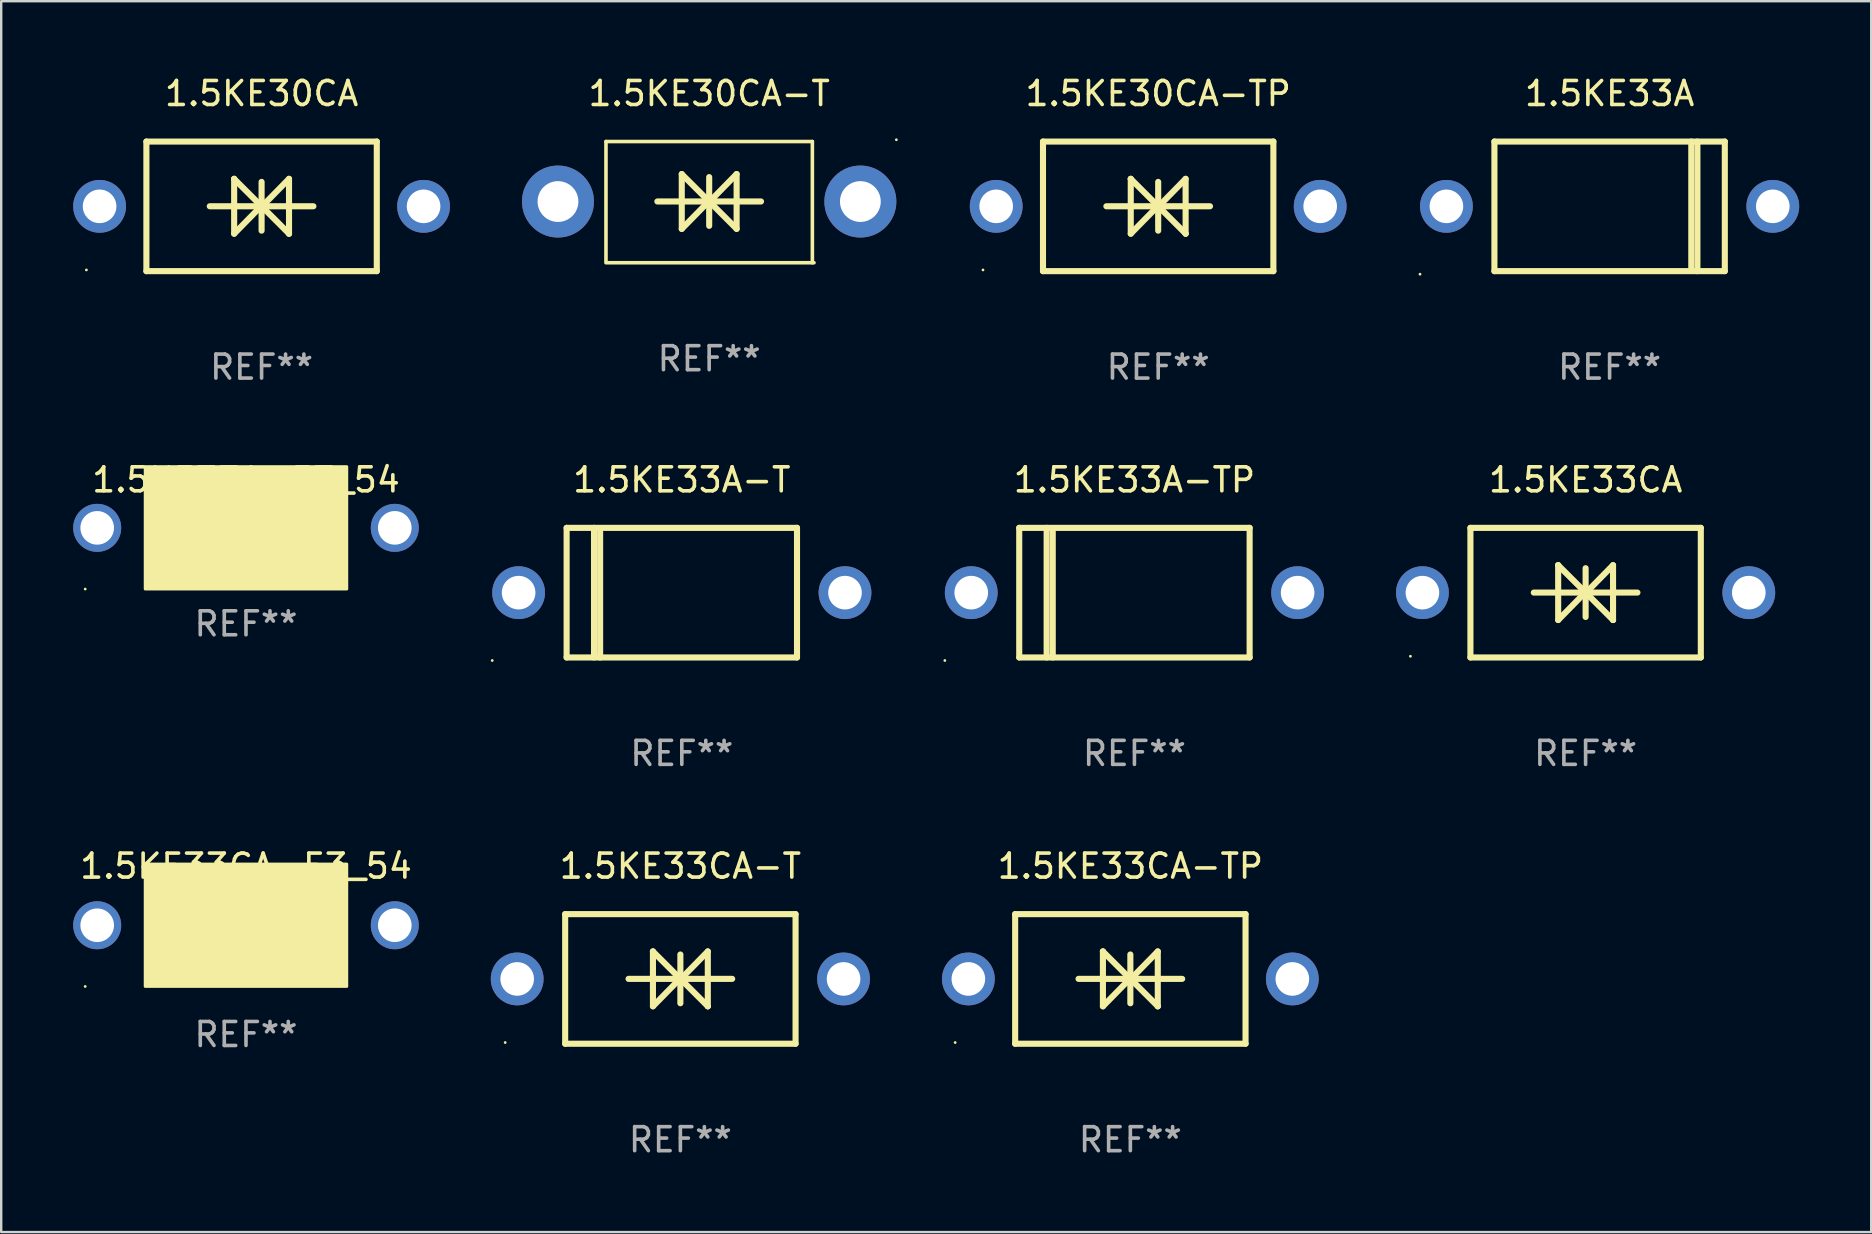
<source format=kicad_pcb>
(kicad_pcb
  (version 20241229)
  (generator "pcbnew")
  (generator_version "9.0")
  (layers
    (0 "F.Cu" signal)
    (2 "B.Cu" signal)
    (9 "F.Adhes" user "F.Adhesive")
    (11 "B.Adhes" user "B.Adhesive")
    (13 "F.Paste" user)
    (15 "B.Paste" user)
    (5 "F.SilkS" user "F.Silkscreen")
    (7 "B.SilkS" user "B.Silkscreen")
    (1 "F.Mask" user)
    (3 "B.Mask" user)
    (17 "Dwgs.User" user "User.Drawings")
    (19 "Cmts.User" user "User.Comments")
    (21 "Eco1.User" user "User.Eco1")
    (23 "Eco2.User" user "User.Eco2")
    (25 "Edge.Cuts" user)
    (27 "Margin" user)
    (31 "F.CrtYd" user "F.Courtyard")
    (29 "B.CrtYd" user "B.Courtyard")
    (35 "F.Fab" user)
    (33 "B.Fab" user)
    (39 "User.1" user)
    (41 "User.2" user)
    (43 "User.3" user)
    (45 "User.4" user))
  (footprint "1.5KE33A"
    (layer "F.Cu")
    (at 64.02 5.548)
    (property "Reference" "1.5KE33A" (at 0 -4.7 0) (layer "F.SilkS") (effects (font (size 1 1) (thickness 0.15))))
    (attr through_hole)
    (fp_line (start -4.8 -2.7) (end -4.8 2.7) (stroke (width 0.254) (type solid)) (layer "F.SilkS"))
    (fp_line (start -4.8 -2.7) (end 4.8 -2.7) (stroke (width 0.254) (type solid)) (layer "F.SilkS"))
    (fp_line (start 3.404 -2.7) (end 3.404 2.54) (stroke (width 0.254) (type solid)) (layer "F.SilkS"))
    (fp_line (start 3.658 -2.7) (end 3.658 2.7) (stroke (width 0.254) (type solid)) (layer "F.SilkS"))
    (fp_line (start 4.8 -2.7) (end 4.8 2.7) (stroke (width 0.254) (type solid)) (layer "F.SilkS"))
    (fp_line (start 4.8 2.7) (end -4.8 2.7) (stroke (width 0.254) (type solid)) (layer "F.SilkS"))
    (fp_circle (center -7.9 2.827) (end -7.87 2.827) (stroke (width 0.06) (type solid)) (fill no) (layer "F.SilkS"))
    (fp_text user "REF**" (at 0 6.7 0) (layer "F.Fab") (effects (font (size 1 1) (thickness 0.15))))
    (pad "1" thru_hole circle (at -6.8 0) (size 2.2 2.2) (drill 1.4) (layers "*.Cu" "*.Mask"))
    (pad "2" thru_hole circle (at 6.8 0) (size 2.2 2.2) (drill 1.4) (layers "*.Cu" "*.Mask")))
  (footprint "1.5KE33A-T"
    (layer "F.Cu")
    (at 25.36 21.645)
    (property "Reference" "1.5KE33A-T" (at 0 -4.7 0) (layer "F.SilkS") (effects (font (size 1 1) (thickness 0.15))))
    (attr through_hole)
    (fp_line (start -4.8 -2.7) (end 4.8 -2.7) (stroke (width 0.254) (type solid)) (layer "F.SilkS"))
    (fp_line (start -4.8 2.7) (end -4.8 -2.7) (stroke (width 0.254) (type solid)) (layer "F.SilkS"))
    (fp_line (start -3.658 2.7) (end -3.658 -2.7) (stroke (width 0.254) (type solid)) (layer "F.SilkS"))
    (fp_line (start -3.404 2.7) (end -3.404 -2.54) (stroke (width 0.254) (type solid)) (layer "F.SilkS"))
    (fp_line (start 4.8 2.7) (end -4.8 2.7) (stroke (width 0.254) (type solid)) (layer "F.SilkS"))
    (fp_line (start 4.8 2.7) (end 4.8 -2.7) (stroke (width 0.254) (type solid)) (layer "F.SilkS"))
    (fp_circle (center -7.9 2.827) (end -7.87 2.827) (stroke (width 0.06) (type solid)) (fill no) (layer "F.SilkS"))
    (fp_text user "REF**" (at 0 6.7 0) (layer "F.Fab") (effects (font (size 1 1) (thickness 0.15))))
    (pad "1" thru_hole circle (at -6.8 0) (size 2.2 2.2) (drill 1.4) (layers "*.Cu" "*.Mask"))
    (pad "2" thru_hole circle (at 6.8 0) (size 2.2 2.2) (drill 1.4) (layers "*.Cu" "*.Mask")))
  (footprint "1.5KE30CA"
    (layer "F.Cu")
    (at 7.85 5.548)
    (property "Reference" "1.5KE30CA" (at 0 -4.7 0) (layer "F.SilkS") (effects (font (size 1 1) (thickness 0.15))))
    (attr through_hole)
    (fp_line (start -4.8 -2.7) (end -4.8 2.7) (stroke (width 0.254) (type solid)) (layer "F.SilkS"))
    (fp_line (start -4.8 -2.7) (end 4.8 -2.7) (stroke (width 0.254) (type solid)) (layer "F.SilkS"))
    (fp_line (start -2.159 -0.003) (end 2.159 -0.003) (stroke (width 0.254) (type solid)) (layer "F.SilkS"))
    (fp_line (start -1.143 -1.146) (end -1.143 1.14) (stroke (width 0.254) (type solid)) (layer "F.SilkS"))
    (fp_line (start -1.143 -1.143) (end -1.143 -1.146) (stroke (width 0.254) (type solid)) (layer "F.SilkS"))
    (fp_line (start 0 -1.019) (end 0 1.013) (stroke (width 0.254) (type solid)) (layer "F.SilkS"))
    (fp_line (start 0 -0.026) (end -1.143 1.14) (stroke (width 0.254) (type solid)) (layer "F.SilkS"))
    (fp_line (start 0 -0.006) (end 1.143 1.137) (stroke (width 0.254) (type solid)) (layer "F.SilkS"))
    (fp_line (start 0 0) (end -1.143 -1.143) (stroke (width 0.254) (type solid)) (layer "F.SilkS"))
    (fp_line (start 0 0.02) (end 1.143 -1.146) (stroke (width 0.254) (type solid)) (layer "F.SilkS"))
    (fp_line (start 1.143 1.137) (end 1.143 1.14) (stroke (width 0.254) (type solid)) (layer "F.SilkS"))
    (fp_line (start 1.143 1.14) (end 1.143 -1.146) (stroke (width 0.254) (type solid)) (layer "F.SilkS"))
    (fp_line (start 4.8 -2.7) (end 4.8 2.7) (stroke (width 0.254) (type solid)) (layer "F.SilkS"))
    (fp_line (start 4.8 2.7) (end -4.8 2.7) (stroke (width 0.254) (type solid)) (layer "F.SilkS"))
    (fp_circle (center -7.3 2.65) (end -7.27 2.65) (stroke (width 0.06) (type solid)) (fill no) (layer "F.SilkS"))
    (fp_text user "REF**" (at 0 6.7 0) (layer "F.Fab") (effects (font (size 1 1) (thickness 0.15))))
    (pad "1" thru_hole circle (at -6.75 0) (size 2.2 2.2) (drill 1.4) (layers "*.Cu" "*.Mask"))
    (pad "2" thru_hole circle (at 6.75 0) (size 2.2 2.2) (drill 1.4) (layers "*.Cu" "*.Mask")))
  (footprint "1.5KE33CA-TP"
    (layer "F.Cu")
    (at 44.05 37.741)
    (property "Reference" "1.5KE33CA-TP" (at 0 -4.7 0) (layer "F.SilkS") (effects (font (size 1 1) (thickness 0.15))))
    (attr through_hole)
    (fp_line (start -4.8 -2.7) (end -4.8 2.7) (stroke (width 0.254) (type solid)) (layer "F.SilkS"))
    (fp_line (start -4.8 -2.7) (end 4.8 -2.7) (stroke (width 0.254) (type solid)) (layer "F.SilkS"))
    (fp_line (start -2.159 -0.003) (end 2.159 -0.003) (stroke (width 0.254) (type solid)) (layer "F.SilkS"))
    (fp_line (start -1.143 -1.146) (end -1.143 1.14) (stroke (width 0.254) (type solid)) (layer "F.SilkS"))
    (fp_line (start -1.143 -1.143) (end -1.143 -1.146) (stroke (width 0.254) (type solid)) (layer "F.SilkS"))
    (fp_line (start 0 -1.019) (end 0 1.013) (stroke (width 0.254) (type solid)) (layer "F.SilkS"))
    (fp_line (start 0 -0.026) (end -1.143 1.14) (stroke (width 0.254) (type solid)) (layer "F.SilkS"))
    (fp_line (start 0 -0.006) (end 1.143 1.137) (stroke (width 0.254) (type solid)) (layer "F.SilkS"))
    (fp_line (start 0 0) (end -1.143 -1.143) (stroke (width 0.254) (type solid)) (layer "F.SilkS"))
    (fp_line (start 0 0.02) (end 1.143 -1.146) (stroke (width 0.254) (type solid)) (layer "F.SilkS"))
    (fp_line (start 1.143 1.137) (end 1.143 1.14) (stroke (width 0.254) (type solid)) (layer "F.SilkS"))
    (fp_line (start 1.143 1.14) (end 1.143 -1.146) (stroke (width 0.254) (type solid)) (layer "F.SilkS"))
    (fp_line (start 4.8 -2.7) (end 4.8 2.7) (stroke (width 0.254) (type solid)) (layer "F.SilkS"))
    (fp_line (start 4.8 2.7) (end -4.8 2.7) (stroke (width 0.254) (type solid)) (layer "F.SilkS"))
    (fp_circle (center -7.3 2.65) (end -7.27 2.65) (stroke (width 0.06) (type solid)) (fill no) (layer "F.SilkS"))
    (fp_text user "REF**" (at 0 6.7 0) (layer "F.Fab") (effects (font (size 1 1) (thickness 0.15))))
    (pad "1" thru_hole circle (at -6.75 0) (size 2.2 2.2) (drill 1.4) (layers "*.Cu" "*.Mask"))
    (pad "2" thru_hole circle (at 6.75 0) (size 2.2 2.2) (drill 1.4) (layers "*.Cu" "*.Mask")))
  (footprint "1.5KE33CA"
    (layer "F.Cu")
    (at 63.02 21.645)
    (property "Reference" "1.5KE33CA" (at 0 -4.7 0) (layer "F.SilkS") (effects (font (size 1 1) (thickness 0.15))))
    (attr through_hole)
    (fp_line (start -4.8 -2.7) (end -4.8 2.7) (stroke (width 0.254) (type solid)) (layer "F.SilkS"))
    (fp_line (start -4.8 -2.7) (end 4.8 -2.7) (stroke (width 0.254) (type solid)) (layer "F.SilkS"))
    (fp_line (start -2.159 -0.003) (end 2.159 -0.003) (stroke (width 0.254) (type solid)) (layer "F.SilkS"))
    (fp_line (start -1.143 -1.146) (end -1.143 1.14) (stroke (width 0.254) (type solid)) (layer "F.SilkS"))
    (fp_line (start -1.143 -1.143) (end -1.143 -1.146) (stroke (width 0.254) (type solid)) (layer "F.SilkS"))
    (fp_line (start 0 -1.019) (end 0 1.013) (stroke (width 0.254) (type solid)) (layer "F.SilkS"))
    (fp_line (start 0 -0.026) (end -1.143 1.14) (stroke (width 0.254) (type solid)) (layer "F.SilkS"))
    (fp_line (start 0 -0.006) (end 1.143 1.137) (stroke (width 0.254) (type solid)) (layer "F.SilkS"))
    (fp_line (start 0 0) (end -1.143 -1.143) (stroke (width 0.254) (type solid)) (layer "F.SilkS"))
    (fp_line (start 0 0.02) (end 1.143 -1.146) (stroke (width 0.254) (type solid)) (layer "F.SilkS"))
    (fp_line (start 1.143 1.137) (end 1.143 1.14) (stroke (width 0.254) (type solid)) (layer "F.SilkS"))
    (fp_line (start 1.143 1.14) (end 1.143 -1.146) (stroke (width 0.254) (type solid)) (layer "F.SilkS"))
    (fp_line (start 4.8 -2.7) (end 4.8 2.7) (stroke (width 0.254) (type solid)) (layer "F.SilkS"))
    (fp_line (start 4.8 2.7) (end -4.8 2.7) (stroke (width 0.254) (type solid)) (layer "F.SilkS"))
    (fp_circle (center -7.3 2.65) (end -7.27 2.65) (stroke (width 0.06) (type solid)) (fill no) (layer "F.SilkS"))
    (fp_text user "REF**" (at 0 6.7 0) (layer "F.Fab") (effects (font (size 1 1) (thickness 0.15))))
    (pad "1" thru_hole circle (at -6.8 0) (size 2.2 2.2) (drill 1.4) (layers "*.Cu" "*.Mask"))
    (pad "2" thru_hole circle (at 6.8 0) (size 2.2 2.2) (drill 1.4) (layers "*.Cu" "*.Mask")))
  (footprint "1.5KE30CA-T"
    (layer "F.Cu")
    (at 26.5 5.373)
    (property "Reference" "1.5KE30CA-T" (at 0 -4.525 0) (layer "F.SilkS") (effects (font (size 1 1) (thickness 0.15))))
    (attr through_hole)
    (fp_line (start -4.3 -2.525) (end -4.3 2.525) (stroke (width 0.15) (type solid)) (layer "F.SilkS"))
    (fp_line (start -4.3 -2.525) (end 4.3 -2.525) (stroke (width 0.15) (type solid)) (layer "F.SilkS"))
    (fp_line (start -4.232 2.525) (end 4.368 2.525) (stroke (width 0.15) (type solid)) (layer "F.SilkS"))
    (fp_line (start -2.158 -0.028) (end 2.16 -0.028) (stroke (width 0.254) (type solid)) (layer "F.SilkS"))
    (fp_line (start -1.142 -1.171) (end -1.142 1.115) (stroke (width 0.254) (type solid)) (layer "F.SilkS"))
    (fp_line (start 0.001 -1.044) (end 0.001 0.988) (stroke (width 0.254) (type solid)) (layer "F.SilkS"))
    (fp_line (start 0.001 -0.051) (end -1.142 1.115) (stroke (width 0.254) (type solid)) (layer "F.SilkS"))
    (fp_line (start 0.001 -0.031) (end 1.144 1.112) (stroke (width 0.254) (type solid)) (layer "F.SilkS"))
    (fp_line (start 0.001 -0.024) (end -1.142 -1.167) (stroke (width 0.254) (type solid)) (layer "F.SilkS"))
    (fp_line (start 0.001 -0.005) (end 1.144 -1.171) (stroke (width 0.254) (type solid)) (layer "F.SilkS"))
    (fp_line (start 1.144 1.115) (end 1.144 -1.171) (stroke (width 0.254) (type solid)) (layer "F.SilkS"))
    (fp_line (start 4.3 -2.525) (end 4.3 2.525) (stroke (width 0.15) (type solid)) (layer "F.SilkS"))
    (fp_circle (center 7.8 -2.6) (end 7.83 -2.6) (stroke (width 0.06) (type solid)) (fill no) (layer "F.SilkS"))
    (fp_text user "REF**" (at 0 6.525 0) (layer "F.Fab") (effects (font (size 1 1) (thickness 0.15))))
    (pad "1" thru_hole circle (at 6.3 -0.025) (size 3 3) (drill 1.7) (layers "*.Cu" "*.Mask"))
    (pad "2" thru_hole circle (at -6.3 -0.025) (size 3 3) (drill 1.7) (layers "*.Cu" "*.Mask")))
  (footprint "1.5KE33A-E3_54"
    (layer "F.Cu")
    (at 7.2 18.945)
    (property "Reference" "1.5KE33A-E3_54" (at 0 -2 0) (layer "F.SilkS") (effects (font (size 1 1) (thickness 0.15))))
    (attr through_hole)
    (fp_circle (center -6.7 2.55) (end -6.67 2.55) (stroke (width 0.06) (type solid)) (fill no) (layer "F.SilkS"))
    (fp_poly (pts (xy -4.2 -2.55) (xy 4.2 -2.55) (xy 4.2 2.55) (xy -4.2 2.55)) (stroke (width 0.12) (type solid)) (fill yes) (layer "F.SilkS"))
    (fp_text user "REF**" (at 0 4 0) (layer "F.Fab") (effects (font (size 1 1) (thickness 0.15))))
    (pad "1" thru_hole circle (at -6.2 0) (size 2 2) (drill 1.4) (layers "*.Cu" "*.Mask"))
    (pad "2" thru_hole circle (at 6.2 0) (size 2 2) (drill 1.4) (layers "*.Cu" "*.Mask")))
  (footprint "1.5KE33A-TP"
    (layer "F.Cu")
    (at 44.22 21.645)
    (property "Reference" "1.5KE33A-TP" (at 0 -4.7 0) (layer "F.SilkS") (effects (font (size 1 1) (thickness 0.15))))
    (attr through_hole)
    (fp_line (start -4.8 -2.7) (end 4.8 -2.7) (stroke (width 0.254) (type solid)) (layer "F.SilkS"))
    (fp_line (start -4.8 2.7) (end -4.8 -2.7) (stroke (width 0.254) (type solid)) (layer "F.SilkS"))
    (fp_line (start -3.658 2.7) (end -3.658 -2.7) (stroke (width 0.254) (type solid)) (layer "F.SilkS"))
    (fp_line (start -3.404 2.7) (end -3.404 -2.54) (stroke (width 0.254) (type solid)) (layer "F.SilkS"))
    (fp_line (start 4.8 2.7) (end -4.8 2.7) (stroke (width 0.254) (type solid)) (layer "F.SilkS"))
    (fp_line (start 4.8 2.7) (end 4.8 -2.7) (stroke (width 0.254) (type solid)) (layer "F.SilkS"))
    (fp_circle (center -7.9 2.827) (end -7.87 2.827) (stroke (width 0.06) (type solid)) (fill no) (layer "F.SilkS"))
    (fp_text user "REF**" (at 0 6.7 0) (layer "F.Fab") (effects (font (size 1 1) (thickness 0.15))))
    (pad "1" thru_hole circle (at -6.8 0) (size 2.2 2.2) (drill 1.4) (layers "*.Cu" "*.Mask"))
    (pad "2" thru_hole circle (at 6.8 0) (size 2.2 2.2) (drill 1.4) (layers "*.Cu" "*.Mask")))
  (footprint "1.5KE33CA-E3_54"
    (layer "F.Cu")
    (at 7.2 35.549)
    (property "Reference" "1.5KE33CA-E3_54" (at 0 -2.508 0) (layer "F.SilkS") (effects (font (size 1 1) (thickness 0.15))))
    (attr through_hole)
    (fp_line (start -1.498 0) (end 0.534 0) (stroke (width 0.254) (type solid)) (layer "F.SilkS"))
    (fp_line (start -0.99 -0.508) (end -0.99 0.508) (stroke (width 0.254) (type solid)) (layer "F.SilkS"))
    (fp_line (start -0.99 0.508) (end 0.026 0) (stroke (width 0.254) (type solid)) (layer "F.SilkS"))
    (fp_line (start 0.026 -0.508) (end 0.026 0.508) (stroke (width 0.254) (type solid)) (layer "F.SilkS"))
    (fp_line (start 0.026 0) (end -0.99 -0.508) (stroke (width 0.254) (type solid)) (layer "F.SilkS"))
    (fp_line (start 0.026 0) (end 0.026 -0.508) (stroke (width 0.254) (type solid)) (layer "F.SilkS"))
    (fp_line (start 0.038 0) (end 0.038 0.508) (stroke (width 0.254) (type solid)) (layer "F.SilkS"))
    (fp_line (start 0.038 0) (end 1.054 0.508) (stroke (width 0.254) (type solid)) (layer "F.SilkS"))
    (fp_line (start 0.038 0.508) (end 0.038 -0.508) (stroke (width 0.254) (type solid)) (layer "F.SilkS"))
    (fp_line (start 1.054 -0.508) (end 0.038 0) (stroke (width 0.254) (type solid)) (layer "F.SilkS"))
    (fp_line (start 1.054 0.508) (end 1.054 -0.508) (stroke (width 0.254) (type solid)) (layer "F.SilkS"))
    (fp_line (start 1.562 0) (end -0.47 0) (stroke (width 0.254) (type solid)) (layer "F.SilkS"))
    (fp_circle (center -6.7 2.505) (end -6.67 2.505) (stroke (width 0.06) (type solid)) (fill no) (layer "F.SilkS"))
    (fp_poly (pts (xy -4.2 -2.595) (xy 4.2 -2.595) (xy 4.2 2.505) (xy -4.2 2.505)) (stroke (width 0.12) (type solid)) (fill yes) (layer "F.SilkS"))
    (fp_text user "REF**" (at 0 4.508 0) (layer "F.Fab") (effects (font (size 1 1) (thickness 0.15))))
    (pad "1" thru_hole circle (at -6.2 -0.045) (size 2 2) (drill 1.4) (layers "*.Cu" "*.Mask"))
    (pad "2" thru_hole circle (at 6.2 -0.045) (size 2 2) (drill 1.4) (layers "*.Cu" "*.Mask")))
  (footprint "1.5KE30CA-TP"
    (layer "F.Cu")
    (at 45.21 5.548)
    (property "Reference" "1.5KE30CA-TP" (at 0 -4.7 0) (layer "F.SilkS") (effects (font (size 1 1) (thickness 0.15))))
    (attr through_hole)
    (fp_line (start -4.8 -2.7) (end -4.8 2.7) (stroke (width 0.254) (type solid)) (layer "F.SilkS"))
    (fp_line (start -4.8 -2.7) (end 4.8 -2.7) (stroke (width 0.254) (type solid)) (layer "F.SilkS"))
    (fp_line (start -2.159 -0.003) (end 2.159 -0.003) (stroke (width 0.254) (type solid)) (layer "F.SilkS"))
    (fp_line (start -1.143 -1.146) (end -1.143 1.14) (stroke (width 0.254) (type solid)) (layer "F.SilkS"))
    (fp_line (start -1.143 -1.143) (end -1.143 -1.146) (stroke (width 0.254) (type solid)) (layer "F.SilkS"))
    (fp_line (start 0 -1.019) (end 0 1.013) (stroke (width 0.254) (type solid)) (layer "F.SilkS"))
    (fp_line (start 0 -0.026) (end -1.143 1.14) (stroke (width 0.254) (type solid)) (layer "F.SilkS"))
    (fp_line (start 0 -0.006) (end 1.143 1.137) (stroke (width 0.254) (type solid)) (layer "F.SilkS"))
    (fp_line (start 0 0) (end -1.143 -1.143) (stroke (width 0.254) (type solid)) (layer "F.SilkS"))
    (fp_line (start 0 0.02) (end 1.143 -1.146) (stroke (width 0.254) (type solid)) (layer "F.SilkS"))
    (fp_line (start 1.143 1.137) (end 1.143 1.14) (stroke (width 0.254) (type solid)) (layer "F.SilkS"))
    (fp_line (start 1.143 1.14) (end 1.143 -1.146) (stroke (width 0.254) (type solid)) (layer "F.SilkS"))
    (fp_line (start 4.8 -2.7) (end 4.8 2.7) (stroke (width 0.254) (type solid)) (layer "F.SilkS"))
    (fp_line (start 4.8 2.7) (end -4.8 2.7) (stroke (width 0.254) (type solid)) (layer "F.SilkS"))
    (fp_circle (center -7.3 2.65) (end -7.27 2.65) (stroke (width 0.06) (type solid)) (fill no) (layer "F.SilkS"))
    (fp_text user "REF**" (at 0 6.7 0) (layer "F.Fab") (effects (font (size 1 1) (thickness 0.15))))
    (pad "1" thru_hole circle (at -6.75 0) (size 2.2 2.2) (drill 1.4) (layers "*.Cu" "*.Mask"))
    (pad "2" thru_hole circle (at 6.75 0) (size 2.2 2.2) (drill 1.4) (layers "*.Cu" "*.Mask")))
  (footprint "1.5KE33CA-T"
    (layer "F.Cu")
    (at 25.3 37.741)
    (property "Reference" "1.5KE33CA-T" (at 0 -4.7 0) (layer "F.SilkS") (effects (font (size 1 1) (thickness 0.15))))
    (attr through_hole)
    (fp_line (start -4.8 -2.7) (end -4.8 2.7) (stroke (width 0.254) (type solid)) (layer "F.SilkS"))
    (fp_line (start -4.8 -2.7) (end 4.8 -2.7) (stroke (width 0.254) (type solid)) (layer "F.SilkS"))
    (fp_line (start -2.159 -0.003) (end 2.159 -0.003) (stroke (width 0.254) (type solid)) (layer "F.SilkS"))
    (fp_line (start -1.143 -1.146) (end -1.143 1.14) (stroke (width 0.254) (type solid)) (layer "F.SilkS"))
    (fp_line (start -1.143 -1.143) (end -1.143 -1.146) (stroke (width 0.254) (type solid)) (layer "F.SilkS"))
    (fp_line (start 0 -1.019) (end 0 1.013) (stroke (width 0.254) (type solid)) (layer "F.SilkS"))
    (fp_line (start 0 -0.026) (end -1.143 1.14) (stroke (width 0.254) (type solid)) (layer "F.SilkS"))
    (fp_line (start 0 -0.006) (end 1.143 1.137) (stroke (width 0.254) (type solid)) (layer "F.SilkS"))
    (fp_line (start 0 0) (end -1.143 -1.143) (stroke (width 0.254) (type solid)) (layer "F.SilkS"))
    (fp_line (start 0 0.02) (end 1.143 -1.146) (stroke (width 0.254) (type solid)) (layer "F.SilkS"))
    (fp_line (start 1.143 1.137) (end 1.143 1.14) (stroke (width 0.254) (type solid)) (layer "F.SilkS"))
    (fp_line (start 1.143 1.14) (end 1.143 -1.146) (stroke (width 0.254) (type solid)) (layer "F.SilkS"))
    (fp_line (start 4.8 -2.7) (end 4.8 2.7) (stroke (width 0.254) (type solid)) (layer "F.SilkS"))
    (fp_line (start 4.8 2.7) (end -4.8 2.7) (stroke (width 0.254) (type solid)) (layer "F.SilkS"))
    (fp_circle (center -7.3 2.65) (end -7.27 2.65) (stroke (width 0.06) (type solid)) (fill no) (layer "F.SilkS"))
    (fp_text user "REF**" (at 0 6.7 0) (layer "F.Fab") (effects (font (size 1 1) (thickness 0.15))))
    (pad "1" thru_hole circle (at -6.8 0) (size 2.2 2.2) (drill 1.4) (layers "*.Cu" "*.Mask"))
    (pad "2" thru_hole circle (at 6.8 0) (size 2.2 2.2) (drill 1.4) (layers "*.Cu" "*.Mask")))
  (gr_rect
    (start -3 -3)
    (end 74.92 48.289)
    (stroke (width 0.1) (type default))
    (fill no)
    (layer "Edge.Cuts")))
</source>
